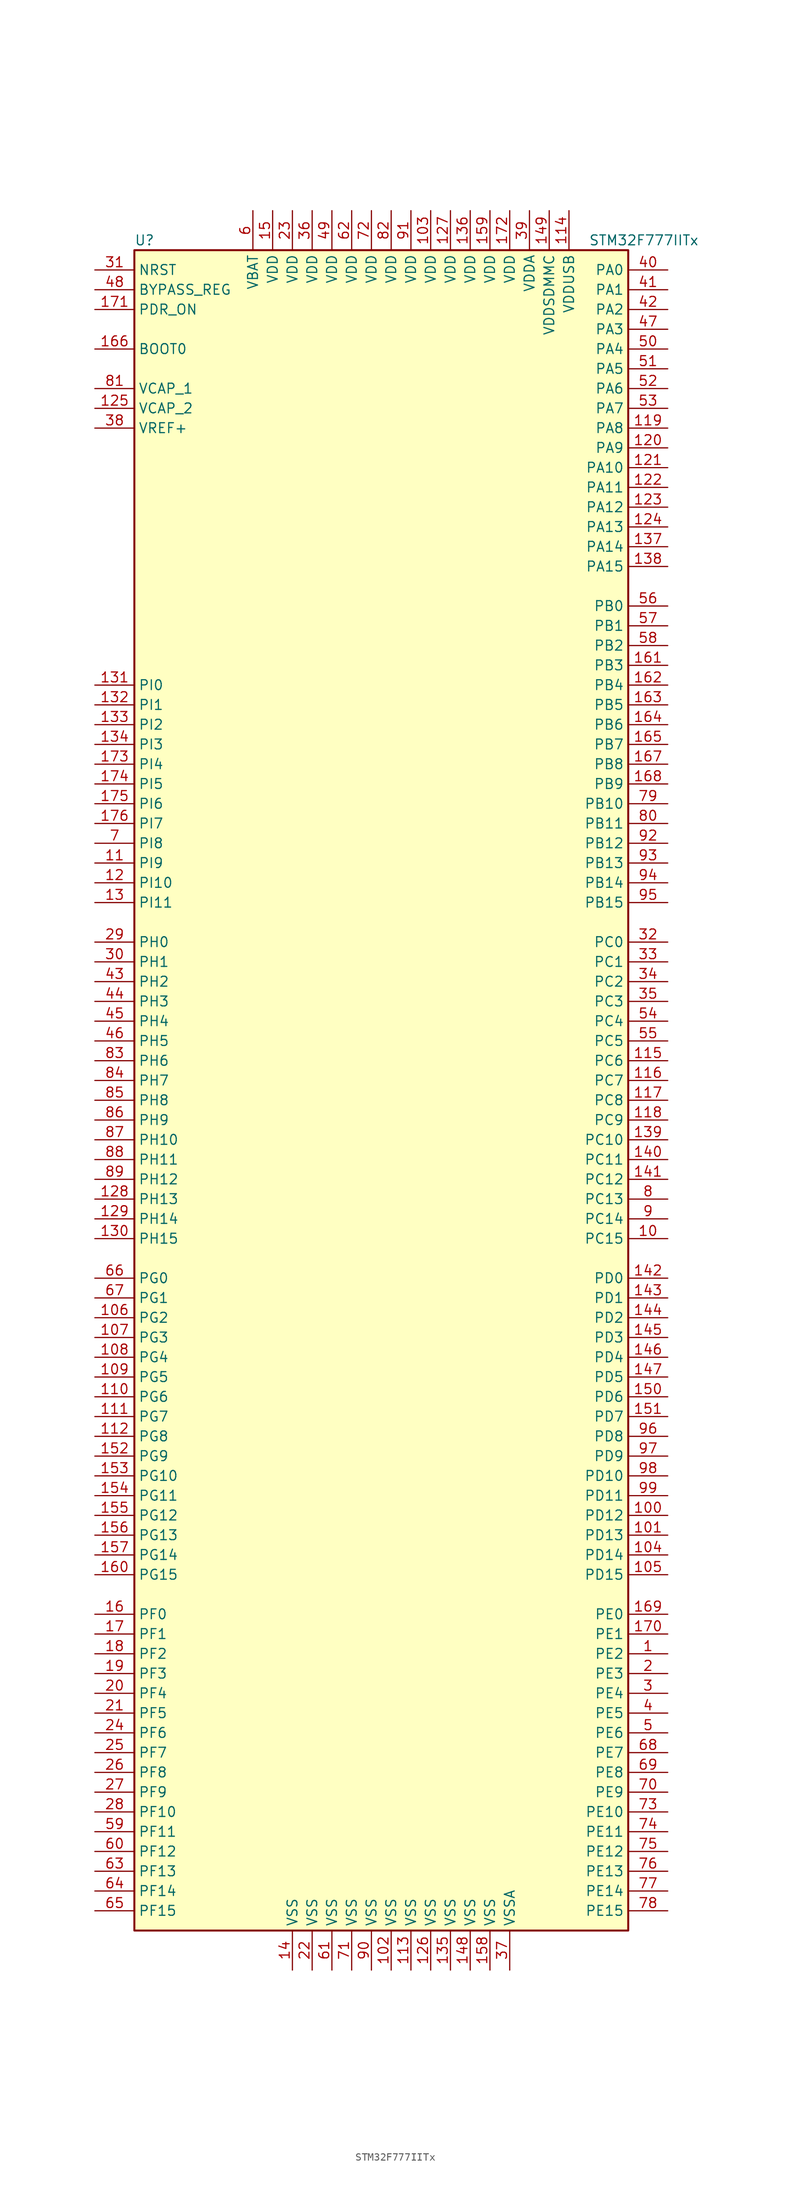
<source format=kicad_sym>
(kicad_symbol_lib
  (version 20201005)
  (generator kicad_symbol_editor)
  (symbol "MCU_ST_STM32F7:STM32F777IITx"
    (property "Reference" "U"
      (at -33.02 107.95 0)
      (effects (font (size 1.27 1.27)) (justify left)))
    (property "Value" "STM32F777IITx"
      (at 25.4 107.95 0)
      (effects (font (size 1.27 1.27)) (justify left)))
    (symbol "STM32F777IITx_0_1"
      (rectangle (start -33.02 -109.22) (end 30.48 106.68) (stroke (width 0.254)) (fill (type background))))
    (symbol "STM32F777IITx_1_1"
      (pin input line (at -38.1 93.98 0) (length 5.08) (name "BOOT0" (effects (font (size 1.27 1.27)))) (number "166" (effects (font (size 1.27 1.27)))))
      (pin input line (at -38.1 101.6 0) (length 5.08) (name "BYPASS_REG" (effects (font (size 1.27 1.27)))) (number "48" (effects (font (size 1.27 1.27)))))
      (pin input line (at -38.1 104.14 0) (length 5.08) (name "NRST" (effects (font (size 1.27 1.27)))) (number "31" (effects (font (size 1.27 1.27)))))
      (pin bidirectional line (at 35.56 104.14 180) (length 5.08) (name "PA0" (effects (font (size 1.27 1.27)))) (number "40" (effects (font (size 1.27 1.27)))))
      (pin bidirectional line (at 35.56 101.6 180) (length 5.08) (name "PA1" (effects (font (size 1.27 1.27)))) (number "41" (effects (font (size 1.27 1.27)))))
      (pin bidirectional line (at 35.56 78.74 180) (length 5.08) (name "PA10" (effects (font (size 1.27 1.27)))) (number "121" (effects (font (size 1.27 1.27)))))
      (pin bidirectional line (at 35.56 76.2 180) (length 5.08) (name "PA11" (effects (font (size 1.27 1.27)))) (number "122" (effects (font (size 1.27 1.27)))))
      (pin bidirectional line (at 35.56 73.66 180) (length 5.08) (name "PA12" (effects (font (size 1.27 1.27)))) (number "123" (effects (font (size 1.27 1.27)))))
      (pin bidirectional line (at 35.56 71.12 180) (length 5.08) (name "PA13" (effects (font (size 1.27 1.27)))) (number "124" (effects (font (size 1.27 1.27)))))
      (pin bidirectional line (at 35.56 68.58 180) (length 5.08) (name "PA14" (effects (font (size 1.27 1.27)))) (number "137" (effects (font (size 1.27 1.27)))))
      (pin bidirectional line (at 35.56 66.04 180) (length 5.08) (name "PA15" (effects (font (size 1.27 1.27)))) (number "138" (effects (font (size 1.27 1.27)))))
      (pin bidirectional line (at 35.56 99.06 180) (length 5.08) (name "PA2" (effects (font (size 1.27 1.27)))) (number "42" (effects (font (size 1.27 1.27)))))
      (pin bidirectional line (at 35.56 96.52 180) (length 5.08) (name "PA3" (effects (font (size 1.27 1.27)))) (number "47" (effects (font (size 1.27 1.27)))))
      (pin bidirectional line (at 35.56 93.98 180) (length 5.08) (name "PA4" (effects (font (size 1.27 1.27)))) (number "50" (effects (font (size 1.27 1.27)))))
      (pin bidirectional line (at 35.56 91.44 180) (length 5.08) (name "PA5" (effects (font (size 1.27 1.27)))) (number "51" (effects (font (size 1.27 1.27)))))
      (pin bidirectional line (at 35.56 88.9 180) (length 5.08) (name "PA6" (effects (font (size 1.27 1.27)))) (number "52" (effects (font (size 1.27 1.27)))))
      (pin bidirectional line (at 35.56 86.36 180) (length 5.08) (name "PA7" (effects (font (size 1.27 1.27)))) (number "53" (effects (font (size 1.27 1.27)))))
      (pin bidirectional line (at 35.56 83.82 180) (length 5.08) (name "PA8" (effects (font (size 1.27 1.27)))) (number "119" (effects (font (size 1.27 1.27)))))
      (pin bidirectional line (at 35.56 81.28 180) (length 5.08) (name "PA9" (effects (font (size 1.27 1.27)))) (number "120" (effects (font (size 1.27 1.27)))))
      (pin bidirectional line (at 35.56 60.96 180) (length 5.08) (name "PB0" (effects (font (size 1.27 1.27)))) (number "56" (effects (font (size 1.27 1.27)))))
      (pin bidirectional line (at 35.56 58.42 180) (length 5.08) (name "PB1" (effects (font (size 1.27 1.27)))) (number "57" (effects (font (size 1.27 1.27)))))
      (pin bidirectional line (at 35.56 35.56 180) (length 5.08) (name "PB10" (effects (font (size 1.27 1.27)))) (number "79" (effects (font (size 1.27 1.27)))))
      (pin bidirectional line (at 35.56 33.02 180) (length 5.08) (name "PB11" (effects (font (size 1.27 1.27)))) (number "80" (effects (font (size 1.27 1.27)))))
      (pin bidirectional line (at 35.56 30.48 180) (length 5.08) (name "PB12" (effects (font (size 1.27 1.27)))) (number "92" (effects (font (size 1.27 1.27)))))
      (pin bidirectional line (at 35.56 27.94 180) (length 5.08) (name "PB13" (effects (font (size 1.27 1.27)))) (number "93" (effects (font (size 1.27 1.27)))))
      (pin bidirectional line (at 35.56 25.4 180) (length 5.08) (name "PB14" (effects (font (size 1.27 1.27)))) (number "94" (effects (font (size 1.27 1.27)))))
      (pin bidirectional line (at 35.56 22.86 180) (length 5.08) (name "PB15" (effects (font (size 1.27 1.27)))) (number "95" (effects (font (size 1.27 1.27)))))
      (pin bidirectional line (at 35.56 55.88 180) (length 5.08) (name "PB2" (effects (font (size 1.27 1.27)))) (number "58" (effects (font (size 1.27 1.27)))))
      (pin bidirectional line (at 35.56 53.34 180) (length 5.08) (name "PB3" (effects (font (size 1.27 1.27)))) (number "161" (effects (font (size 1.27 1.27)))))
      (pin bidirectional line (at 35.56 50.8 180) (length 5.08) (name "PB4" (effects (font (size 1.27 1.27)))) (number "162" (effects (font (size 1.27 1.27)))))
      (pin bidirectional line (at 35.56 48.26 180) (length 5.08) (name "PB5" (effects (font (size 1.27 1.27)))) (number "163" (effects (font (size 1.27 1.27)))))
      (pin bidirectional line (at 35.56 45.72 180) (length 5.08) (name "PB6" (effects (font (size 1.27 1.27)))) (number "164" (effects (font (size 1.27 1.27)))))
      (pin bidirectional line (at 35.56 43.18 180) (length 5.08) (name "PB7" (effects (font (size 1.27 1.27)))) (number "165" (effects (font (size 1.27 1.27)))))
      (pin bidirectional line (at 35.56 40.64 180) (length 5.08) (name "PB8" (effects (font (size 1.27 1.27)))) (number "167" (effects (font (size 1.27 1.27)))))
      (pin bidirectional line (at 35.56 38.1 180) (length 5.08) (name "PB9" (effects (font (size 1.27 1.27)))) (number "168" (effects (font (size 1.27 1.27)))))
      (pin bidirectional line (at 35.56 17.78 180) (length 5.08) (name "PC0" (effects (font (size 1.27 1.27)))) (number "32" (effects (font (size 1.27 1.27)))))
      (pin bidirectional line (at 35.56 15.24 180) (length 5.08) (name "PC1" (effects (font (size 1.27 1.27)))) (number "33" (effects (font (size 1.27 1.27)))))
      (pin bidirectional line (at 35.56 -7.62 180) (length 5.08) (name "PC10" (effects (font (size 1.27 1.27)))) (number "139" (effects (font (size 1.27 1.27)))))
      (pin bidirectional line (at 35.56 -10.16 180) (length 5.08) (name "PC11" (effects (font (size 1.27 1.27)))) (number "140" (effects (font (size 1.27 1.27)))))
      (pin bidirectional line (at 35.56 -12.7 180) (length 5.08) (name "PC12" (effects (font (size 1.27 1.27)))) (number "141" (effects (font (size 1.27 1.27)))))
      (pin bidirectional line (at 35.56 -15.24 180) (length 5.08) (name "PC13" (effects (font (size 1.27 1.27)))) (number "8" (effects (font (size 1.27 1.27)))))
      (pin bidirectional line (at 35.56 -17.78 180) (length 5.08) (name "PC14" (effects (font (size 1.27 1.27)))) (number "9" (effects (font (size 1.27 1.27)))))
      (pin bidirectional line (at 35.56 -20.32 180) (length 5.08) (name "PC15" (effects (font (size 1.27 1.27)))) (number "10" (effects (font (size 1.27 1.27)))))
      (pin bidirectional line (at 35.56 12.7 180) (length 5.08) (name "PC2" (effects (font (size 1.27 1.27)))) (number "34" (effects (font (size 1.27 1.27)))))
      (pin bidirectional line (at 35.56 10.16 180) (length 5.08) (name "PC3" (effects (font (size 1.27 1.27)))) (number "35" (effects (font (size 1.27 1.27)))))
      (pin bidirectional line (at 35.56 7.62 180) (length 5.08) (name "PC4" (effects (font (size 1.27 1.27)))) (number "54" (effects (font (size 1.27 1.27)))))
      (pin bidirectional line (at 35.56 5.08 180) (length 5.08) (name "PC5" (effects (font (size 1.27 1.27)))) (number "55" (effects (font (size 1.27 1.27)))))
      (pin bidirectional line (at 35.56 2.54 180) (length 5.08) (name "PC6" (effects (font (size 1.27 1.27)))) (number "115" (effects (font (size 1.27 1.27)))))
      (pin bidirectional line (at 35.56 0 180) (length 5.08) (name "PC7" (effects (font (size 1.27 1.27)))) (number "116" (effects (font (size 1.27 1.27)))))
      (pin bidirectional line (at 35.56 -2.54 180) (length 5.08) (name "PC8" (effects (font (size 1.27 1.27)))) (number "117" (effects (font (size 1.27 1.27)))))
      (pin bidirectional line (at 35.56 -5.08 180) (length 5.08) (name "PC9" (effects (font (size 1.27 1.27)))) (number "118" (effects (font (size 1.27 1.27)))))
      (pin bidirectional line (at 35.56 -25.4 180) (length 5.08) (name "PD0" (effects (font (size 1.27 1.27)))) (number "142" (effects (font (size 1.27 1.27)))))
      (pin bidirectional line (at 35.56 -27.94 180) (length 5.08) (name "PD1" (effects (font (size 1.27 1.27)))) (number "143" (effects (font (size 1.27 1.27)))))
      (pin bidirectional line (at 35.56 -50.8 180) (length 5.08) (name "PD10" (effects (font (size 1.27 1.27)))) (number "98" (effects (font (size 1.27 1.27)))))
      (pin bidirectional line (at 35.56 -53.34 180) (length 5.08) (name "PD11" (effects (font (size 1.27 1.27)))) (number "99" (effects (font (size 1.27 1.27)))))
      (pin bidirectional line (at 35.56 -55.88 180) (length 5.08) (name "PD12" (effects (font (size 1.27 1.27)))) (number "100" (effects (font (size 1.27 1.27)))))
      (pin bidirectional line (at 35.56 -58.42 180) (length 5.08) (name "PD13" (effects (font (size 1.27 1.27)))) (number "101" (effects (font (size 1.27 1.27)))))
      (pin bidirectional line (at 35.56 -60.96 180) (length 5.08) (name "PD14" (effects (font (size 1.27 1.27)))) (number "104" (effects (font (size 1.27 1.27)))))
      (pin bidirectional line (at 35.56 -63.5 180) (length 5.08) (name "PD15" (effects (font (size 1.27 1.27)))) (number "105" (effects (font (size 1.27 1.27)))))
      (pin bidirectional line (at 35.56 -30.48 180) (length 5.08) (name "PD2" (effects (font (size 1.27 1.27)))) (number "144" (effects (font (size 1.27 1.27)))))
      (pin bidirectional line (at 35.56 -33.02 180) (length 5.08) (name "PD3" (effects (font (size 1.27 1.27)))) (number "145" (effects (font (size 1.27 1.27)))))
      (pin bidirectional line (at 35.56 -35.56 180) (length 5.08) (name "PD4" (effects (font (size 1.27 1.27)))) (number "146" (effects (font (size 1.27 1.27)))))
      (pin bidirectional line (at 35.56 -38.1 180) (length 5.08) (name "PD5" (effects (font (size 1.27 1.27)))) (number "147" (effects (font (size 1.27 1.27)))))
      (pin bidirectional line (at 35.56 -40.64 180) (length 5.08) (name "PD6" (effects (font (size 1.27 1.27)))) (number "150" (effects (font (size 1.27 1.27)))))
      (pin bidirectional line (at 35.56 -43.18 180) (length 5.08) (name "PD7" (effects (font (size 1.27 1.27)))) (number "151" (effects (font (size 1.27 1.27)))))
      (pin bidirectional line (at 35.56 -45.72 180) (length 5.08) (name "PD8" (effects (font (size 1.27 1.27)))) (number "96" (effects (font (size 1.27 1.27)))))
      (pin bidirectional line (at 35.56 -48.26 180) (length 5.08) (name "PD9" (effects (font (size 1.27 1.27)))) (number "97" (effects (font (size 1.27 1.27)))))
      (pin input line (at -38.1 99.06 0) (length 5.08) (name "PDR_ON" (effects (font (size 1.27 1.27)))) (number "171" (effects (font (size 1.27 1.27)))))
      (pin bidirectional line (at 35.56 -68.58 180) (length 5.08) (name "PE0" (effects (font (size 1.27 1.27)))) (number "169" (effects (font (size 1.27 1.27)))))
      (pin bidirectional line (at 35.56 -71.12 180) (length 5.08) (name "PE1" (effects (font (size 1.27 1.27)))) (number "170" (effects (font (size 1.27 1.27)))))
      (pin bidirectional line (at 35.56 -93.98 180) (length 5.08) (name "PE10" (effects (font (size 1.27 1.27)))) (number "73" (effects (font (size 1.27 1.27)))))
      (pin bidirectional line (at 35.56 -96.52 180) (length 5.08) (name "PE11" (effects (font (size 1.27 1.27)))) (number "74" (effects (font (size 1.27 1.27)))))
      (pin bidirectional line (at 35.56 -99.06 180) (length 5.08) (name "PE12" (effects (font (size 1.27 1.27)))) (number "75" (effects (font (size 1.27 1.27)))))
      (pin bidirectional line (at 35.56 -101.6 180) (length 5.08) (name "PE13" (effects (font (size 1.27 1.27)))) (number "76" (effects (font (size 1.27 1.27)))))
      (pin bidirectional line (at 35.56 -104.14 180) (length 5.08) (name "PE14" (effects (font (size 1.27 1.27)))) (number "77" (effects (font (size 1.27 1.27)))))
      (pin bidirectional line (at 35.56 -106.68 180) (length 5.08) (name "PE15" (effects (font (size 1.27 1.27)))) (number "78" (effects (font (size 1.27 1.27)))))
      (pin bidirectional line (at 35.56 -73.66 180) (length 5.08) (name "PE2" (effects (font (size 1.27 1.27)))) (number "1" (effects (font (size 1.27 1.27)))))
      (pin bidirectional line (at 35.56 -76.2 180) (length 5.08) (name "PE3" (effects (font (size 1.27 1.27)))) (number "2" (effects (font (size 1.27 1.27)))))
      (pin bidirectional line (at 35.56 -78.74 180) (length 5.08) (name "PE4" (effects (font (size 1.27 1.27)))) (number "3" (effects (font (size 1.27 1.27)))))
      (pin bidirectional line (at 35.56 -81.28 180) (length 5.08) (name "PE5" (effects (font (size 1.27 1.27)))) (number "4" (effects (font (size 1.27 1.27)))))
      (pin bidirectional line (at 35.56 -83.82 180) (length 5.08) (name "PE6" (effects (font (size 1.27 1.27)))) (number "5" (effects (font (size 1.27 1.27)))))
      (pin bidirectional line (at 35.56 -86.36 180) (length 5.08) (name "PE7" (effects (font (size 1.27 1.27)))) (number "68" (effects (font (size 1.27 1.27)))))
      (pin bidirectional line (at 35.56 -88.9 180) (length 5.08) (name "PE8" (effects (font (size 1.27 1.27)))) (number "69" (effects (font (size 1.27 1.27)))))
      (pin bidirectional line (at 35.56 -91.44 180) (length 5.08) (name "PE9" (effects (font (size 1.27 1.27)))) (number "70" (effects (font (size 1.27 1.27)))))
      (pin bidirectional line (at -38.1 -68.58 0) (length 5.08) (name "PF0" (effects (font (size 1.27 1.27)))) (number "16" (effects (font (size 1.27 1.27)))))
      (pin bidirectional line (at -38.1 -71.12 0) (length 5.08) (name "PF1" (effects (font (size 1.27 1.27)))) (number "17" (effects (font (size 1.27 1.27)))))
      (pin bidirectional line (at -38.1 -93.98 0) (length 5.08) (name "PF10" (effects (font (size 1.27 1.27)))) (number "28" (effects (font (size 1.27 1.27)))))
      (pin bidirectional line (at -38.1 -96.52 0) (length 5.08) (name "PF11" (effects (font (size 1.27 1.27)))) (number "59" (effects (font (size 1.27 1.27)))))
      (pin bidirectional line (at -38.1 -99.06 0) (length 5.08) (name "PF12" (effects (font (size 1.27 1.27)))) (number "60" (effects (font (size 1.27 1.27)))))
      (pin bidirectional line (at -38.1 -101.6 0) (length 5.08) (name "PF13" (effects (font (size 1.27 1.27)))) (number "63" (effects (font (size 1.27 1.27)))))
      (pin bidirectional line (at -38.1 -104.14 0) (length 5.08) (name "PF14" (effects (font (size 1.27 1.27)))) (number "64" (effects (font (size 1.27 1.27)))))
      (pin bidirectional line (at -38.1 -106.68 0) (length 5.08) (name "PF15" (effects (font (size 1.27 1.27)))) (number "65" (effects (font (size 1.27 1.27)))))
      (pin bidirectional line (at -38.1 -73.66 0) (length 5.08) (name "PF2" (effects (font (size 1.27 1.27)))) (number "18" (effects (font (size 1.27 1.27)))))
      (pin bidirectional line (at -38.1 -76.2 0) (length 5.08) (name "PF3" (effects (font (size 1.27 1.27)))) (number "19" (effects (font (size 1.27 1.27)))))
      (pin bidirectional line (at -38.1 -78.74 0) (length 5.08) (name "PF4" (effects (font (size 1.27 1.27)))) (number "20" (effects (font (size 1.27 1.27)))))
      (pin bidirectional line (at -38.1 -81.28 0) (length 5.08) (name "PF5" (effects (font (size 1.27 1.27)))) (number "21" (effects (font (size 1.27 1.27)))))
      (pin bidirectional line (at -38.1 -83.82 0) (length 5.08) (name "PF6" (effects (font (size 1.27 1.27)))) (number "24" (effects (font (size 1.27 1.27)))))
      (pin bidirectional line (at -38.1 -86.36 0) (length 5.08) (name "PF7" (effects (font (size 1.27 1.27)))) (number "25" (effects (font (size 1.27 1.27)))))
      (pin bidirectional line (at -38.1 -88.9 0) (length 5.08) (name "PF8" (effects (font (size 1.27 1.27)))) (number "26" (effects (font (size 1.27 1.27)))))
      (pin bidirectional line (at -38.1 -91.44 0) (length 5.08) (name "PF9" (effects (font (size 1.27 1.27)))) (number "27" (effects (font (size 1.27 1.27)))))
      (pin bidirectional line (at -38.1 -25.4 0) (length 5.08) (name "PG0" (effects (font (size 1.27 1.27)))) (number "66" (effects (font (size 1.27 1.27)))))
      (pin bidirectional line (at -38.1 -27.94 0) (length 5.08) (name "PG1" (effects (font (size 1.27 1.27)))) (number "67" (effects (font (size 1.27 1.27)))))
      (pin bidirectional line (at -38.1 -50.8 0) (length 5.08) (name "PG10" (effects (font (size 1.27 1.27)))) (number "153" (effects (font (size 1.27 1.27)))))
      (pin bidirectional line (at -38.1 -53.34 0) (length 5.08) (name "PG11" (effects (font (size 1.27 1.27)))) (number "154" (effects (font (size 1.27 1.27)))))
      (pin bidirectional line (at -38.1 -55.88 0) (length 5.08) (name "PG12" (effects (font (size 1.27 1.27)))) (number "155" (effects (font (size 1.27 1.27)))))
      (pin bidirectional line (at -38.1 -58.42 0) (length 5.08) (name "PG13" (effects (font (size 1.27 1.27)))) (number "156" (effects (font (size 1.27 1.27)))))
      (pin bidirectional line (at -38.1 -60.96 0) (length 5.08) (name "PG14" (effects (font (size 1.27 1.27)))) (number "157" (effects (font (size 1.27 1.27)))))
      (pin bidirectional line (at -38.1 -63.5 0) (length 5.08) (name "PG15" (effects (font (size 1.27 1.27)))) (number "160" (effects (font (size 1.27 1.27)))))
      (pin bidirectional line (at -38.1 -30.48 0) (length 5.08) (name "PG2" (effects (font (size 1.27 1.27)))) (number "106" (effects (font (size 1.27 1.27)))))
      (pin bidirectional line (at -38.1 -33.02 0) (length 5.08) (name "PG3" (effects (font (size 1.27 1.27)))) (number "107" (effects (font (size 1.27 1.27)))))
      (pin bidirectional line (at -38.1 -35.56 0) (length 5.08) (name "PG4" (effects (font (size 1.27 1.27)))) (number "108" (effects (font (size 1.27 1.27)))))
      (pin bidirectional line (at -38.1 -38.1 0) (length 5.08) (name "PG5" (effects (font (size 1.27 1.27)))) (number "109" (effects (font (size 1.27 1.27)))))
      (pin bidirectional line (at -38.1 -40.64 0) (length 5.08) (name "PG6" (effects (font (size 1.27 1.27)))) (number "110" (effects (font (size 1.27 1.27)))))
      (pin bidirectional line (at -38.1 -43.18 0) (length 5.08) (name "PG7" (effects (font (size 1.27 1.27)))) (number "111" (effects (font (size 1.27 1.27)))))
      (pin bidirectional line (at -38.1 -45.72 0) (length 5.08) (name "PG8" (effects (font (size 1.27 1.27)))) (number "112" (effects (font (size 1.27 1.27)))))
      (pin bidirectional line (at -38.1 -48.26 0) (length 5.08) (name "PG9" (effects (font (size 1.27 1.27)))) (number "152" (effects (font (size 1.27 1.27)))))
      (pin input line (at -38.1 17.78 0) (length 5.08) (name "PH0" (effects (font (size 1.27 1.27)))) (number "29" (effects (font (size 1.27 1.27)))))
      (pin input line (at -38.1 15.24 0) (length 5.08) (name "PH1" (effects (font (size 1.27 1.27)))) (number "30" (effects (font (size 1.27 1.27)))))
      (pin bidirectional line (at -38.1 -7.62 0) (length 5.08) (name "PH10" (effects (font (size 1.27 1.27)))) (number "87" (effects (font (size 1.27 1.27)))))
      (pin bidirectional line (at -38.1 -10.16 0) (length 5.08) (name "PH11" (effects (font (size 1.27 1.27)))) (number "88" (effects (font (size 1.27 1.27)))))
      (pin bidirectional line (at -38.1 -12.7 0) (length 5.08) (name "PH12" (effects (font (size 1.27 1.27)))) (number "89" (effects (font (size 1.27 1.27)))))
      (pin bidirectional line (at -38.1 -15.24 0) (length 5.08) (name "PH13" (effects (font (size 1.27 1.27)))) (number "128" (effects (font (size 1.27 1.27)))))
      (pin bidirectional line (at -38.1 -17.78 0) (length 5.08) (name "PH14" (effects (font (size 1.27 1.27)))) (number "129" (effects (font (size 1.27 1.27)))))
      (pin bidirectional line (at -38.1 -20.32 0) (length 5.08) (name "PH15" (effects (font (size 1.27 1.27)))) (number "130" (effects (font (size 1.27 1.27)))))
      (pin bidirectional line (at -38.1 12.7 0) (length 5.08) (name "PH2" (effects (font (size 1.27 1.27)))) (number "43" (effects (font (size 1.27 1.27)))))
      (pin bidirectional line (at -38.1 10.16 0) (length 5.08) (name "PH3" (effects (font (size 1.27 1.27)))) (number "44" (effects (font (size 1.27 1.27)))))
      (pin bidirectional line (at -38.1 7.62 0) (length 5.08) (name "PH4" (effects (font (size 1.27 1.27)))) (number "45" (effects (font (size 1.27 1.27)))))
      (pin bidirectional line (at -38.1 5.08 0) (length 5.08) (name "PH5" (effects (font (size 1.27 1.27)))) (number "46" (effects (font (size 1.27 1.27)))))
      (pin bidirectional line (at -38.1 2.54 0) (length 5.08) (name "PH6" (effects (font (size 1.27 1.27)))) (number "83" (effects (font (size 1.27 1.27)))))
      (pin bidirectional line (at -38.1 0 0) (length 5.08) (name "PH7" (effects (font (size 1.27 1.27)))) (number "84" (effects (font (size 1.27 1.27)))))
      (pin bidirectional line (at -38.1 -2.54 0) (length 5.08) (name "PH8" (effects (font (size 1.27 1.27)))) (number "85" (effects (font (size 1.27 1.27)))))
      (pin bidirectional line (at -38.1 -5.08 0) (length 5.08) (name "PH9" (effects (font (size 1.27 1.27)))) (number "86" (effects (font (size 1.27 1.27)))))
      (pin bidirectional line (at -38.1 50.8 0) (length 5.08) (name "PI0" (effects (font (size 1.27 1.27)))) (number "131" (effects (font (size 1.27 1.27)))))
      (pin bidirectional line (at -38.1 48.26 0) (length 5.08) (name "PI1" (effects (font (size 1.27 1.27)))) (number "132" (effects (font (size 1.27 1.27)))))
      (pin bidirectional line (at -38.1 25.4 0) (length 5.08) (name "PI10" (effects (font (size 1.27 1.27)))) (number "12" (effects (font (size 1.27 1.27)))))
      (pin bidirectional line (at -38.1 22.86 0) (length 5.08) (name "PI11" (effects (font (size 1.27 1.27)))) (number "13" (effects (font (size 1.27 1.27)))))
      (pin bidirectional line (at -38.1 45.72 0) (length 5.08) (name "PI2" (effects (font (size 1.27 1.27)))) (number "133" (effects (font (size 1.27 1.27)))))
      (pin bidirectional line (at -38.1 43.18 0) (length 5.08) (name "PI3" (effects (font (size 1.27 1.27)))) (number "134" (effects (font (size 1.27 1.27)))))
      (pin bidirectional line (at -38.1 40.64 0) (length 5.08) (name "PI4" (effects (font (size 1.27 1.27)))) (number "173" (effects (font (size 1.27 1.27)))))
      (pin bidirectional line (at -38.1 38.1 0) (length 5.08) (name "PI5" (effects (font (size 1.27 1.27)))) (number "174" (effects (font (size 1.27 1.27)))))
      (pin bidirectional line (at -38.1 35.56 0) (length 5.08) (name "PI6" (effects (font (size 1.27 1.27)))) (number "175" (effects (font (size 1.27 1.27)))))
      (pin bidirectional line (at -38.1 33.02 0) (length 5.08) (name "PI7" (effects (font (size 1.27 1.27)))) (number "176" (effects (font (size 1.27 1.27)))))
      (pin bidirectional line (at -38.1 30.48 0) (length 5.08) (name "PI8" (effects (font (size 1.27 1.27)))) (number "7" (effects (font (size 1.27 1.27)))))
      (pin bidirectional line (at -38.1 27.94 0) (length 5.08) (name "PI9" (effects (font (size 1.27 1.27)))) (number "11" (effects (font (size 1.27 1.27)))))
      (pin power_in line (at -17.78 111.76 270) (length 5.08) (name "VBAT" (effects (font (size 1.27 1.27)))) (number "6" (effects (font (size 1.27 1.27)))))
      (pin power_in line (at -38.1 88.9 0) (length 5.08) (name "VCAP_1" (effects (font (size 1.27 1.27)))) (number "81" (effects (font (size 1.27 1.27)))))
      (pin power_in line (at -38.1 86.36 0) (length 5.08) (name "VCAP_2" (effects (font (size 1.27 1.27)))) (number "125" (effects (font (size 1.27 1.27)))))
      (pin power_in line (at 5.08 111.76 270) (length 5.08) (name "VDD" (effects (font (size 1.27 1.27)))) (number "103" (effects (font (size 1.27 1.27)))))
      (pin power_in line (at 7.62 111.76 270) (length 5.08) (name "VDD" (effects (font (size 1.27 1.27)))) (number "127" (effects (font (size 1.27 1.27)))))
      (pin power_in line (at 10.16 111.76 270) (length 5.08) (name "VDD" (effects (font (size 1.27 1.27)))) (number "136" (effects (font (size 1.27 1.27)))))
      (pin power_in line (at -15.24 111.76 270) (length 5.08) (name "VDD" (effects (font (size 1.27 1.27)))) (number "15" (effects (font (size 1.27 1.27)))))
      (pin power_in line (at 12.7 111.76 270) (length 5.08) (name "VDD" (effects (font (size 1.27 1.27)))) (number "159" (effects (font (size 1.27 1.27)))))
      (pin power_in line (at 15.24 111.76 270) (length 5.08) (name "VDD" (effects (font (size 1.27 1.27)))) (number "172" (effects (font (size 1.27 1.27)))))
      (pin power_in line (at -12.7 111.76 270) (length 5.08) (name "VDD" (effects (font (size 1.27 1.27)))) (number "23" (effects (font (size 1.27 1.27)))))
      (pin power_in line (at -10.16 111.76 270) (length 5.08) (name "VDD" (effects (font (size 1.27 1.27)))) (number "36" (effects (font (size 1.27 1.27)))))
      (pin power_in line (at -7.62 111.76 270) (length 5.08) (name "VDD" (effects (font (size 1.27 1.27)))) (number "49" (effects (font (size 1.27 1.27)))))
      (pin power_in line (at -5.08 111.76 270) (length 5.08) (name "VDD" (effects (font (size 1.27 1.27)))) (number "62" (effects (font (size 1.27 1.27)))))
      (pin power_in line (at -2.54 111.76 270) (length 5.08) (name "VDD" (effects (font (size 1.27 1.27)))) (number "72" (effects (font (size 1.27 1.27)))))
      (pin power_in line (at 0 111.76 270) (length 5.08) (name "VDD" (effects (font (size 1.27 1.27)))) (number "82" (effects (font (size 1.27 1.27)))))
      (pin power_in line (at 2.54 111.76 270) (length 5.08) (name "VDD" (effects (font (size 1.27 1.27)))) (number "91" (effects (font (size 1.27 1.27)))))
      (pin power_in line (at 17.78 111.76 270) (length 5.08) (name "VDDA" (effects (font (size 1.27 1.27)))) (number "39" (effects (font (size 1.27 1.27)))))
      (pin power_in line (at 20.32 111.76 270) (length 5.08) (name "VDDSDMMC" (effects (font (size 1.27 1.27)))) (number "149" (effects (font (size 1.27 1.27)))))
      (pin power_in line (at 22.86 111.76 270) (length 5.08) (name "VDDUSB" (effects (font (size 1.27 1.27)))) (number "114" (effects (font (size 1.27 1.27)))))
      (pin power_in line (at -38.1 83.82 0) (length 5.08) (name "VREF+" (effects (font (size 1.27 1.27)))) (number "38" (effects (font (size 1.27 1.27)))))
      (pin power_in line (at 0 -114.3 90) (length 5.08) (name "VSS" (effects (font (size 1.27 1.27)))) (number "102" (effects (font (size 1.27 1.27)))))
      (pin power_in line (at 2.54 -114.3 90) (length 5.08) (name "VSS" (effects (font (size 1.27 1.27)))) (number "113" (effects (font (size 1.27 1.27)))))
      (pin power_in line (at 5.08 -114.3 90) (length 5.08) (name "VSS" (effects (font (size 1.27 1.27)))) (number "126" (effects (font (size 1.27 1.27)))))
      (pin power_in line (at 7.62 -114.3 90) (length 5.08) (name "VSS" (effects (font (size 1.27 1.27)))) (number "135" (effects (font (size 1.27 1.27)))))
      (pin power_in line (at -12.7 -114.3 90) (length 5.08) (name "VSS" (effects (font (size 1.27 1.27)))) (number "14" (effects (font (size 1.27 1.27)))))
      (pin power_in line (at 10.16 -114.3 90) (length 5.08) (name "VSS" (effects (font (size 1.27 1.27)))) (number "148" (effects (font (size 1.27 1.27)))))
      (pin power_in line (at 12.7 -114.3 90) (length 5.08) (name "VSS" (effects (font (size 1.27 1.27)))) (number "158" (effects (font (size 1.27 1.27)))))
      (pin power_in line (at -10.16 -114.3 90) (length 5.08) (name "VSS" (effects (font (size 1.27 1.27)))) (number "22" (effects (font (size 1.27 1.27)))))
      (pin power_in line (at -7.62 -114.3 90) (length 5.08) (name "VSS" (effects (font (size 1.27 1.27)))) (number "61" (effects (font (size 1.27 1.27)))))
      (pin power_in line (at -5.08 -114.3 90) (length 5.08) (name "VSS" (effects (font (size 1.27 1.27)))) (number "71" (effects (font (size 1.27 1.27)))))
      (pin power_in line (at -2.54 -114.3 90) (length 5.08) (name "VSS" (effects (font (size 1.27 1.27)))) (number "90" (effects (font (size 1.27 1.27)))))
      (pin power_in line (at 15.24 -114.3 90) (length 5.08) (name "VSSA" (effects (font (size 1.27 1.27)))) (number "37" (effects (font (size 1.27 1.27))))))))
</source>
